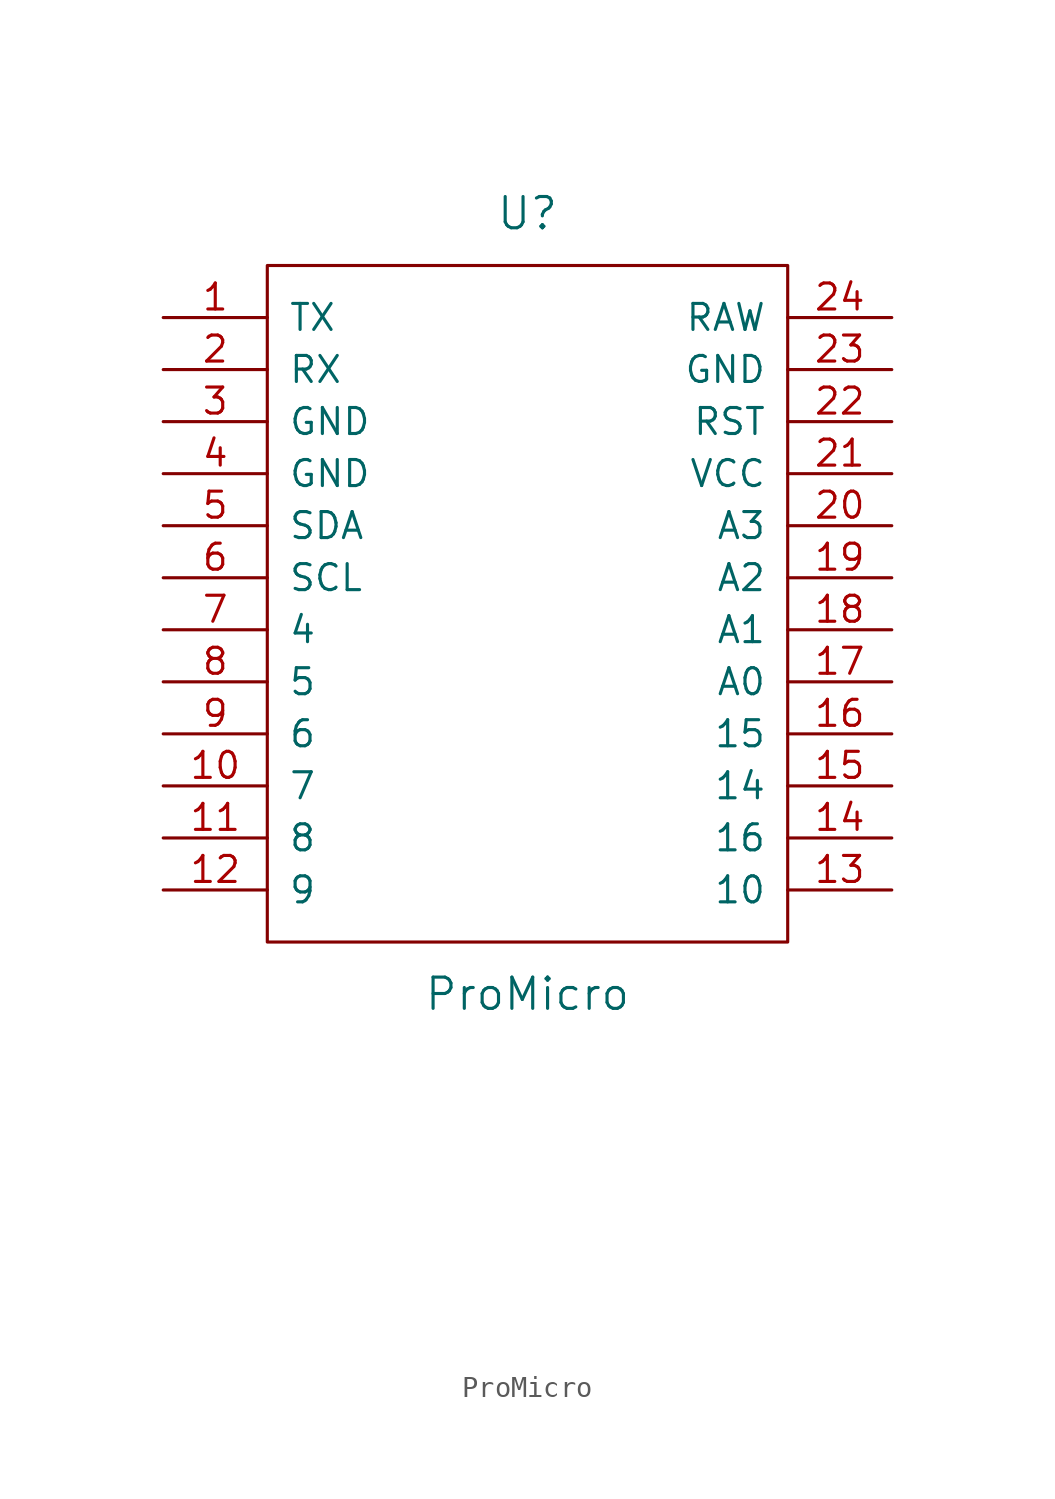
<source format=kicad_sym>
(kicad_symbol_lib
  (version 20231120)
  (generator "kicad_symbol_editor")
  (generator_version "8.0")
  (symbol "ProMicro"
    (pin_names
      (offset 1.016))
    (property "Reference" "U"
      (at 0 24.13 0)
      (effects (font (size 1.524 1.524))))
    (property "Value" "ProMicro"
      (at 0 -13.97 0)
      (effects (font (size 1.524 1.524))))
    (property "Footprint" ""
      (at 2.54 -26.67 0)
      (effects (font (size 1.524 1.524))))
    (property "Datasheet" ""
      (at 2.54 -26.67 0)
      (effects (font (size 1.524 1.524))))
    (symbol "ProMicro_0_1"
      (rectangle (start -12.7 21.59) (end 12.7 -11.43) (stroke (width 0) (type solid)) (fill (type none))))
    (symbol "ProMicro_1_1"
      (pin bidirectional line (at -17.78 19.05 0) (length 5.08) (name "TX" (effects (font (size 1.27 1.27)))) (number "1" (effects (font (size 1.27 1.27)))))
      (pin bidirectional line (at -17.78 -3.81 0) (length 5.08) (name "7" (effects (font (size 1.27 1.27)))) (number "10" (effects (font (size 1.27 1.27)))))
      (pin bidirectional line (at -17.78 -6.35 0) (length 5.08) (name "8" (effects (font (size 1.27 1.27)))) (number "11" (effects (font (size 1.27 1.27)))))
      (pin bidirectional line (at -17.78 -8.89 0) (length 5.08) (name "9" (effects (font (size 1.27 1.27)))) (number "12" (effects (font (size 1.27 1.27)))))
      (pin bidirectional line (at 17.78 -8.89 180) (length 5.08) (name "10" (effects (font (size 1.27 1.27)))) (number "13" (effects (font (size 1.27 1.27)))))
      (pin bidirectional line (at 17.78 -6.35 180) (length 5.08) (name "16" (effects (font (size 1.27 1.27)))) (number "14" (effects (font (size 1.27 1.27)))))
      (pin bidirectional line (at 17.78 -3.81 180) (length 5.08) (name "14" (effects (font (size 1.27 1.27)))) (number "15" (effects (font (size 1.27 1.27)))))
      (pin bidirectional line (at 17.78 -1.27 180) (length 5.08) (name "15" (effects (font (size 1.27 1.27)))) (number "16" (effects (font (size 1.27 1.27)))))
      (pin bidirectional line (at 17.78 1.27 180) (length 5.08) (name "A0" (effects (font (size 1.27 1.27)))) (number "17" (effects (font (size 1.27 1.27)))))
      (pin bidirectional line (at 17.78 3.81 180) (length 5.08) (name "A1" (effects (font (size 1.27 1.27)))) (number "18" (effects (font (size 1.27 1.27)))))
      (pin bidirectional line (at 17.78 6.35 180) (length 5.08) (name "A2" (effects (font (size 1.27 1.27)))) (number "19" (effects (font (size 1.27 1.27)))))
      (pin bidirectional line (at -17.78 16.51 0) (length 5.08) (name "RX" (effects (font (size 1.27 1.27)))) (number "2" (effects (font (size 1.27 1.27)))))
      (pin bidirectional line (at 17.78 8.89 180) (length 5.08) (name "A3" (effects (font (size 1.27 1.27)))) (number "20" (effects (font (size 1.27 1.27)))))
      (pin power_in line (at 17.78 11.43 180) (length 5.08) (name "VCC" (effects (font (size 1.27 1.27)))) (number "21" (effects (font (size 1.27 1.27)))))
      (pin input line (at 17.78 13.97 180) (length 5.08) (name "RST" (effects (font (size 1.27 1.27)))) (number "22" (effects (font (size 1.27 1.27)))))
      (pin power_in line (at 17.78 16.51 180) (length 5.08) (name "GND" (effects (font (size 1.27 1.27)))) (number "23" (effects (font (size 1.27 1.27)))))
      (pin power_out line (at 17.78 19.05 180) (length 5.08) (name "RAW" (effects (font (size 1.27 1.27)))) (number "24" (effects (font (size 1.27 1.27)))))
      (pin power_in line (at -17.78 13.97 0) (length 5.08) (name "GND" (effects (font (size 1.27 1.27)))) (number "3" (effects (font (size 1.27 1.27)))))
      (pin power_in line (at -17.78 11.43 0) (length 5.08) (name "GND" (effects (font (size 1.27 1.27)))) (number "4" (effects (font (size 1.27 1.27)))))
      (pin bidirectional line (at -17.78 8.89 0) (length 5.08) (name "SDA" (effects (font (size 1.27 1.27)))) (number "5" (effects (font (size 1.27 1.27)))))
      (pin bidirectional line (at -17.78 6.35 0) (length 5.08) (name "SCL" (effects (font (size 1.27 1.27)))) (number "6" (effects (font (size 1.27 1.27)))))
      (pin bidirectional line (at -17.78 3.81 0) (length 5.08) (name "4" (effects (font (size 1.27 1.27)))) (number "7" (effects (font (size 1.27 1.27)))))
      (pin bidirectional line (at -17.78 1.27 0) (length 5.08) (name "5" (effects (font (size 1.27 1.27)))) (number "8" (effects (font (size 1.27 1.27)))))
      (pin bidirectional line (at -17.78 -1.27 0) (length 5.08) (name "6" (effects (font (size 1.27 1.27)))) (number "9" (effects (font (size 1.27 1.27))))))))
</source>
